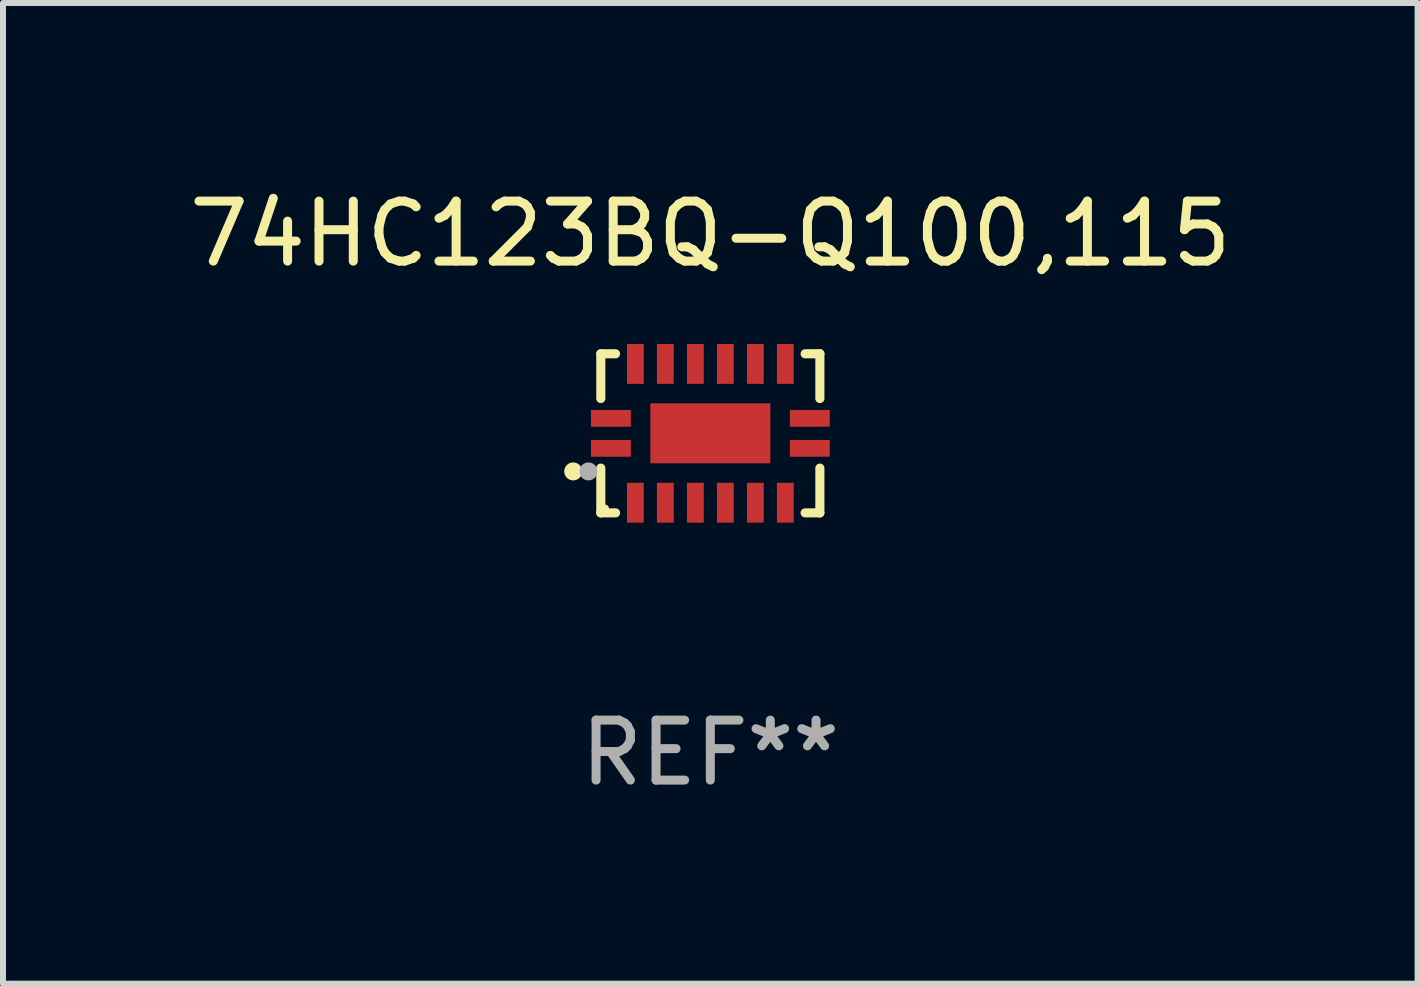
<source format=kicad_pcb>
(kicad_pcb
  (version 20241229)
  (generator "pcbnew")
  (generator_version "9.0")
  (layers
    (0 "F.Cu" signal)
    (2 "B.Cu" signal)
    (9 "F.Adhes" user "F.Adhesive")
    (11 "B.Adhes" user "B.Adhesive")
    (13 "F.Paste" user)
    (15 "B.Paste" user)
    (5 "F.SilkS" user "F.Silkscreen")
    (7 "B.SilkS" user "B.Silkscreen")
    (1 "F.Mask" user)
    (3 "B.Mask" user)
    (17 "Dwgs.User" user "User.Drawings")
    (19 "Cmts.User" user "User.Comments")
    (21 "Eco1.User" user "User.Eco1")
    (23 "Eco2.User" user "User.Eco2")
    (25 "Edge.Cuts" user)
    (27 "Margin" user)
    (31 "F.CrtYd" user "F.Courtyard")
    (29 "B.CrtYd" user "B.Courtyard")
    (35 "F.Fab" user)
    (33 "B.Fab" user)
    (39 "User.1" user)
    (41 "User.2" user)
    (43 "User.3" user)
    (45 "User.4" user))
  (footprint "74HC123BQ-Q100,115"
    (layer "F.Cu")
    (at 8.792 4.174)
    (property "Reference" "74HC123BQ-Q100,115" (at 0 -3.326 0) (layer "F.SilkS") (effects (font (size 1 1) (thickness 0.15))))
    (attr through_hole)
    (fp_line (start -1.826 -1.326) (end -1.58 -1.326) (stroke (width 0.152) (type solid)) (layer "F.SilkS"))
    (fp_line (start -1.826 -0.58) (end -1.826 -1.326) (stroke (width 0.152) (type solid)) (layer "F.SilkS"))
    (fp_line (start -1.826 0.58) (end -1.826 1.326) (stroke (width 0.152) (type solid)) (layer "F.SilkS"))
    (fp_line (start -1.826 1.326) (end -1.58 1.326) (stroke (width 0.152) (type solid)) (layer "F.SilkS"))
    (fp_line (start 1.826 -1.326) (end 1.58 -1.326) (stroke (width 0.152) (type solid)) (layer "F.SilkS"))
    (fp_line (start 1.826 -0.58) (end 1.826 -1.326) (stroke (width 0.152) (type solid)) (layer "F.SilkS"))
    (fp_line (start 1.826 0.58) (end 1.826 1.326) (stroke (width 0.152) (type solid)) (layer "F.SilkS"))
    (fp_line (start 1.826 1.326) (end 1.58 1.326) (stroke (width 0.152) (type solid)) (layer "F.SilkS"))
    (fp_circle (center -2.286 0.635) (end -2.211 0.635) (stroke (width 0.15) (type solid)) (fill no) (layer "F.SilkS"))
    (fp_circle (center -1.75 1.25) (end -1.72 1.25) (stroke (width 0.06) (type solid)) (fill no) (layer "F.SilkS"))
    (fp_circle (center -2.032 0.635) (end -1.957 0.635) (stroke (width 0.15) (type solid)) (fill no) (layer "F.Fab"))
    (fp_text user "REF**" (at 0 5.326 0) (layer "F.Fab") (effects (font (size 1 1) (thickness 0.15))))
    (pad "1" smd rect (at -1.658 0.25) (size 0.665 0.28) (layers "F.Cu" "F.Mask" "F.Paste"))
    (pad "2" smd rect (at -1.25 1.157) (size 0.28 0.665) (layers "F.Cu" "F.Mask" "F.Paste"))
    (pad "3" smd rect (at -0.75 1.157) (size 0.28 0.665) (layers "F.Cu" "F.Mask" "F.Paste"))
    (pad "4" smd rect (at -0.25 1.157) (size 0.28 0.665) (layers "F.Cu" "F.Mask" "F.Paste"))
    (pad "5" smd rect (at 0.25 1.157) (size 0.28 0.665) (layers "F.Cu" "F.Mask" "F.Paste"))
    (pad "6" smd rect (at 0.75 1.157) (size 0.28 0.665) (layers "F.Cu" "F.Mask" "F.Paste"))
    (pad "7" smd rect (at 1.25 1.157) (size 0.28 0.665) (layers "F.Cu" "F.Mask" "F.Paste"))
    (pad "8" smd rect (at 1.658 0.25) (size 0.665 0.28) (layers "F.Cu" "F.Mask" "F.Paste"))
    (pad "9" smd rect (at 1.658 -0.25) (size 0.665 0.28) (layers "F.Cu" "F.Mask" "F.Paste"))
    (pad "10" smd rect (at 1.25 -1.157) (size 0.28 0.665) (layers "F.Cu" "F.Mask" "F.Paste"))
    (pad "11" smd rect (at 0.75 -1.157) (size 0.28 0.665) (layers "F.Cu" "F.Mask" "F.Paste"))
    (pad "12" smd rect (at 0.25 -1.157) (size 0.28 0.665) (layers "F.Cu" "F.Mask" "F.Paste"))
    (pad "13" smd rect (at -0.25 -1.157) (size 0.28 0.665) (layers "F.Cu" "F.Mask" "F.Paste"))
    (pad "14" smd rect (at -0.75 -1.157) (size 0.28 0.665) (layers "F.Cu" "F.Mask" "F.Paste"))
    (pad "15" smd rect (at -1.25 -1.157) (size 0.28 0.665) (layers "F.Cu" "F.Mask" "F.Paste"))
    (pad "16" smd rect (at -1.658 -0.25) (size 0.665 0.28) (layers "F.Cu" "F.Mask" "F.Paste"))
    (pad "17" smd rect (at 0 0) (size 2 1) (layers "F.Cu" "F.Mask" "F.Paste")))
  (gr_rect
    (start -3 -3)
    (end 20.583 13.349)
    (stroke (width 0.1) (type default))
    (fill no)
    (layer "Edge.Cuts")))
</source>
